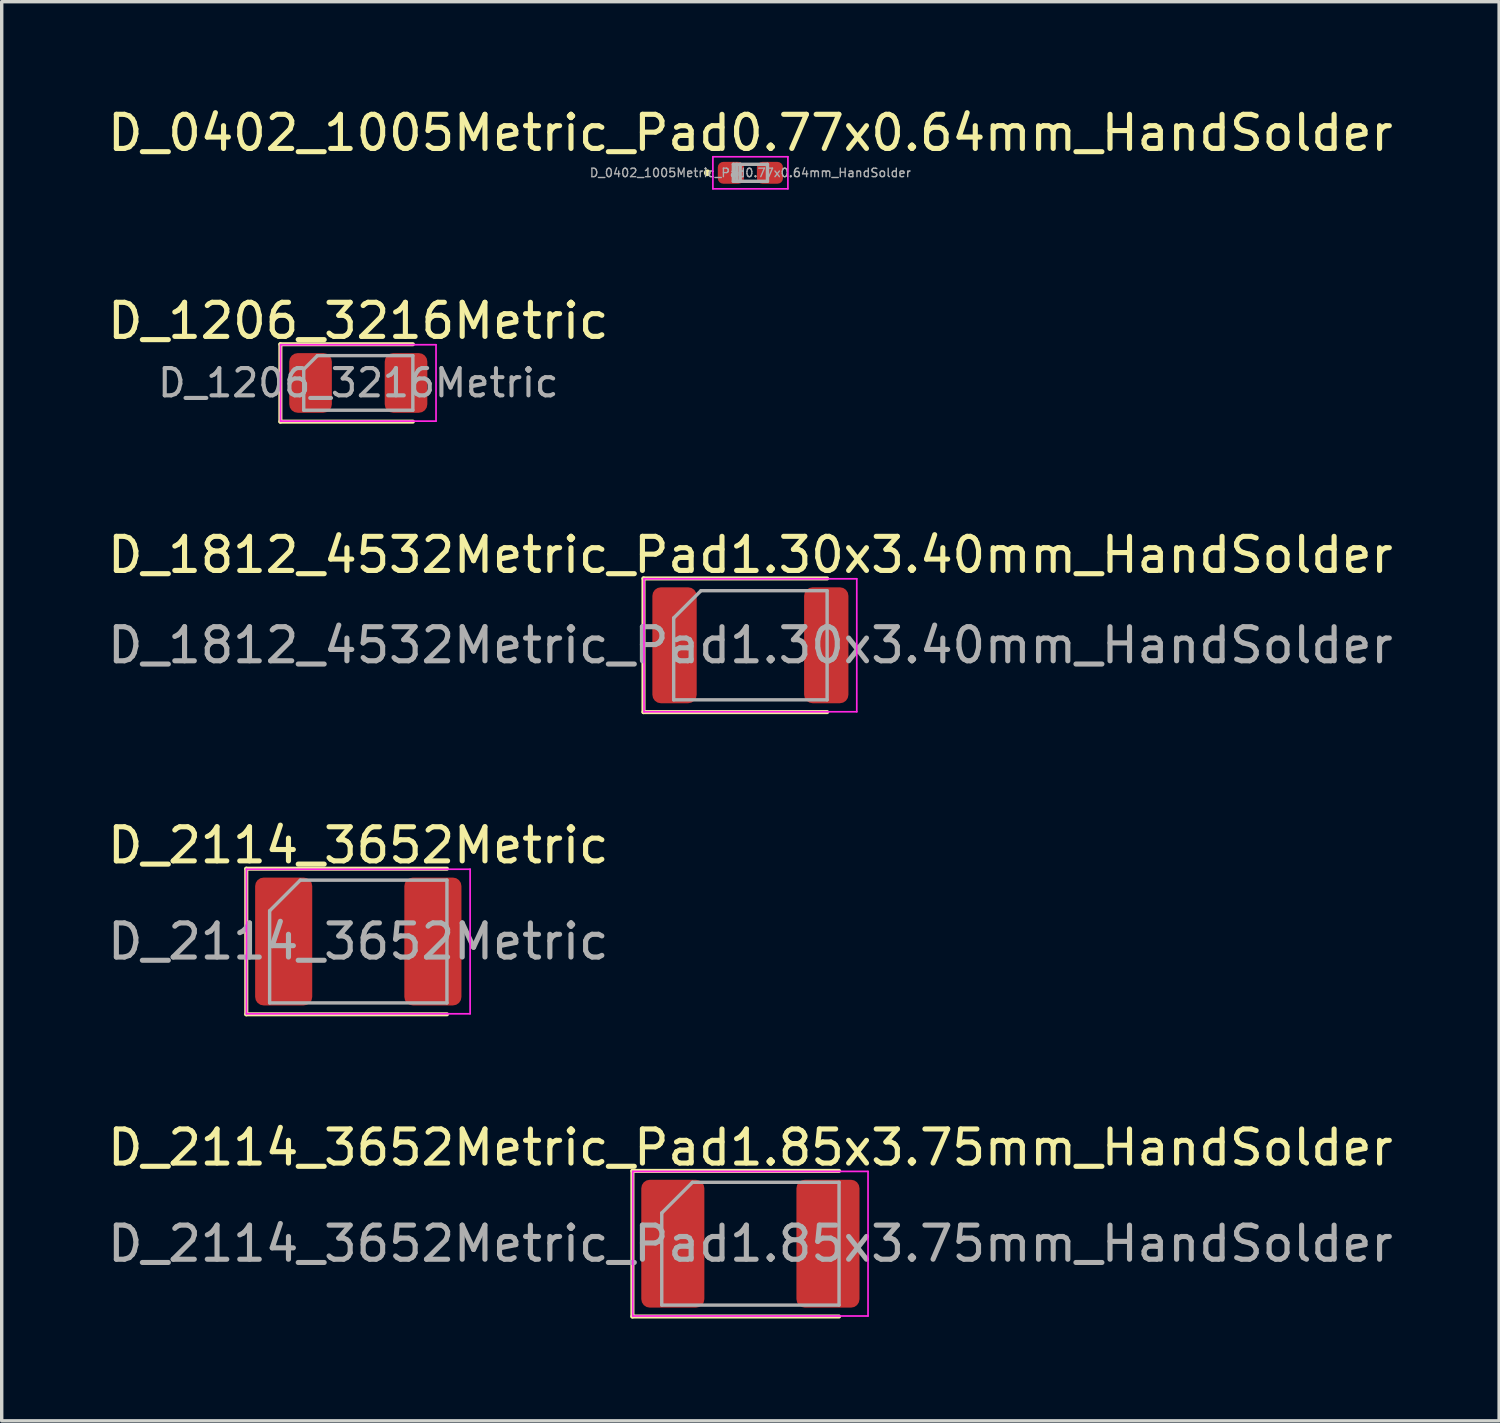
<source format=kicad_pcb>
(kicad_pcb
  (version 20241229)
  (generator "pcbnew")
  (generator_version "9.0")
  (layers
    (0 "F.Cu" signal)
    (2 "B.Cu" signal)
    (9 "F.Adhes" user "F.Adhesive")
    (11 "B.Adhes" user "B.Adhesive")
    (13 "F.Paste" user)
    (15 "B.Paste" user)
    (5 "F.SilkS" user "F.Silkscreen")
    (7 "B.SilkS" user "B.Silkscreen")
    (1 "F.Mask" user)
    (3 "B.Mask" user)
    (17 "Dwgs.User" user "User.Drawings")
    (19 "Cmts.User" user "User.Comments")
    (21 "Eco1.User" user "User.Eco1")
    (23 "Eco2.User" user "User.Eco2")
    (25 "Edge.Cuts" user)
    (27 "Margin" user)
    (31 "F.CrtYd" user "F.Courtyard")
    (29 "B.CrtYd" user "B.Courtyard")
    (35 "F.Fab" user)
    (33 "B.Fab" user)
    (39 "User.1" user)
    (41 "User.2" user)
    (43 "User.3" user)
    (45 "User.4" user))
  (footprint "D_1206_3216Metric"
    (layer "F.Cu")
    (at 7.458 8.181)
    (property "Reference" "D_1206_3216Metric" (at 0 -1.82 0) (layer "F.SilkS") (effects (font (size 1 1) (thickness 0.15))))
    (attr smd)
    (fp_line (start -2.285 -1.135) (end -2.285 1.135) (stroke (width 0.12) (type solid)) (layer "F.SilkS"))
    (fp_line (start -2.285 1.135) (end 1.6 1.135) (stroke (width 0.12) (type solid)) (layer "F.SilkS"))
    (fp_line (start 1.6 -1.135) (end -2.285 -1.135) (stroke (width 0.12) (type solid)) (layer "F.SilkS"))
    (fp_line (start -2.28 -1.12) (end 2.28 -1.12) (stroke (width 0.05) (type solid)) (layer "F.CrtYd"))
    (fp_line (start -2.28 1.12) (end -2.28 -1.12) (stroke (width 0.05) (type solid)) (layer "F.CrtYd"))
    (fp_line (start 2.28 -1.12) (end 2.28 1.12) (stroke (width 0.05) (type solid)) (layer "F.CrtYd"))
    (fp_line (start 2.28 1.12) (end -2.28 1.12) (stroke (width 0.05) (type solid)) (layer "F.CrtYd"))
    (fp_line (start -1.6 -0.4) (end -1.6 0.8) (stroke (width 0.1) (type solid)) (layer "F.Fab"))
    (fp_line (start -1.6 0.8) (end 1.6 0.8) (stroke (width 0.1) (type solid)) (layer "F.Fab"))
    (fp_line (start -1.2 -0.8) (end -1.6 -0.4) (stroke (width 0.1) (type solid)) (layer "F.Fab"))
    (fp_line (start 1.6 -0.8) (end -1.2 -0.8) (stroke (width 0.1) (type solid)) (layer "F.Fab"))
    (fp_line (start 1.6 0.8) (end 1.6 -0.8) (stroke (width 0.1) (type solid)) (layer "F.Fab"))
    (fp_text user "${REFERENCE}" (at 0 0 0) (layer "F.Fab") (effects (font (size 0.8 0.8) (thickness 0.12))))
    (pad "1" smd roundrect (at -1.4 0) (size 1.25 1.75) (layers "F.Cu" "F.Mask" "F.Paste") (roundrect_rratio 0.2))
    (pad "2" smd roundrect (at 1.4 0) (size 1.25 1.75) (layers "F.Cu" "F.Mask" "F.Paste") (roundrect_rratio 0.2)))
  (footprint "D_2114_3652Metric"
    (layer "F.Cu")
    (at 7.458 24.563)
    (property "Reference" "D_2114_3652Metric" (at 0 -2.82 0) (layer "F.SilkS") (effects (font (size 1 1) (thickness 0.15))))
    (attr smd)
    (fp_line (start -3.285 -2.135) (end -3.285 2.135) (stroke (width 0.12) (type solid)) (layer "F.SilkS"))
    (fp_line (start -3.285 2.135) (end 2.6 2.135) (stroke (width 0.12) (type solid)) (layer "F.SilkS"))
    (fp_line (start 2.6 -2.135) (end -3.285 -2.135) (stroke (width 0.12) (type solid)) (layer "F.SilkS"))
    (fp_line (start -3.28 -2.12) (end 3.28 -2.12) (stroke (width 0.05) (type solid)) (layer "F.CrtYd"))
    (fp_line (start -3.28 2.12) (end -3.28 -2.12) (stroke (width 0.05) (type solid)) (layer "F.CrtYd"))
    (fp_line (start 3.28 -2.12) (end 3.28 2.12) (stroke (width 0.05) (type solid)) (layer "F.CrtYd"))
    (fp_line (start 3.28 2.12) (end -3.28 2.12) (stroke (width 0.05) (type solid)) (layer "F.CrtYd"))
    (fp_line (start -2.6 -0.9) (end -2.6 1.8) (stroke (width 0.1) (type solid)) (layer "F.Fab"))
    (fp_line (start -2.6 1.8) (end 2.6 1.8) (stroke (width 0.1) (type solid)) (layer "F.Fab"))
    (fp_line (start -1.7 -1.8) (end -2.6 -0.9) (stroke (width 0.1) (type solid)) (layer "F.Fab"))
    (fp_line (start 2.6 -1.8) (end -1.7 -1.8) (stroke (width 0.1) (type solid)) (layer "F.Fab"))
    (fp_line (start 2.6 1.8) (end 2.6 -1.8) (stroke (width 0.1) (type solid)) (layer "F.Fab"))
    (fp_text user "${REFERENCE}" (at 0 0 0) (layer "F.Fab") (effects (font (size 1 1) (thickness 0.15))))
    (pad "1" smd roundrect (at -2.188 0) (size 1.675 3.75) (layers "F.Cu" "F.Mask" "F.Paste") (roundrect_rratio 0.149))
    (pad "2" smd roundrect (at 2.188 0) (size 1.675 3.75) (layers "F.Cu" "F.Mask" "F.Paste") (roundrect_rratio 0.149)))
  (footprint "D_2114_3652Metric_Pad1.85x3.75mm_HandSolder"
    (layer "F.Cu")
    (at 18.958 33.426)
    (property "Reference" "D_2114_3652Metric_Pad1.85x3.75mm_HandSolder" (at 0 -2.82 0) (layer "F.SilkS") (effects (font (size 1 1) (thickness 0.15))))
    (attr smd)
    (fp_line (start -3.46 -2.135) (end -3.46 2.135) (stroke (width 0.12) (type solid)) (layer "F.SilkS"))
    (fp_line (start -3.46 2.135) (end 2.6 2.135) (stroke (width 0.12) (type solid)) (layer "F.SilkS"))
    (fp_line (start 2.6 -2.135) (end -3.46 -2.135) (stroke (width 0.12) (type solid)) (layer "F.SilkS"))
    (fp_line (start -3.45 -2.12) (end 3.45 -2.12) (stroke (width 0.05) (type solid)) (layer "F.CrtYd"))
    (fp_line (start -3.45 2.12) (end -3.45 -2.12) (stroke (width 0.05) (type solid)) (layer "F.CrtYd"))
    (fp_line (start 3.45 -2.12) (end 3.45 2.12) (stroke (width 0.05) (type solid)) (layer "F.CrtYd"))
    (fp_line (start 3.45 2.12) (end -3.45 2.12) (stroke (width 0.05) (type solid)) (layer "F.CrtYd"))
    (fp_line (start -2.6 -0.9) (end -2.6 1.8) (stroke (width 0.1) (type solid)) (layer "F.Fab"))
    (fp_line (start -2.6 1.8) (end 2.6 1.8) (stroke (width 0.1) (type solid)) (layer "F.Fab"))
    (fp_line (start -1.7 -1.8) (end -2.6 -0.9) (stroke (width 0.1) (type solid)) (layer "F.Fab"))
    (fp_line (start 2.6 -1.8) (end -1.7 -1.8) (stroke (width 0.1) (type solid)) (layer "F.Fab"))
    (fp_line (start 2.6 1.8) (end 2.6 -1.8) (stroke (width 0.1) (type solid)) (layer "F.Fab"))
    (fp_text user "${REFERENCE}" (at 0 0 0) (layer "F.Fab") (effects (font (size 1 1) (thickness 0.15))))
    (pad "1" smd roundrect (at -2.275 0) (size 1.85 3.75) (layers "F.Cu" "F.Mask" "F.Paste") (roundrect_rratio 0.135))
    (pad "2" smd roundrect (at 2.275 0) (size 1.85 3.75) (layers "F.Cu" "F.Mask" "F.Paste") (roundrect_rratio 0.135)))
  (footprint "D_0402_1005Metric_Pad0.77x0.64mm_HandSolder"
    (layer "F.Cu")
    (at 18.958 2.018)
    (property "Reference" "D_0402_1005Metric_Pad0.77x0.64mm_HandSolder" (at 0 -1.17 0) (layer "F.SilkS") (effects (font (size 1 1) (thickness 0.15))))
    (attr smd)
    (fp_circle (center -1.265 0) (end -1.215 0) (stroke (width 0.1) (type solid)) (fill no) (layer "F.SilkS"))
    (fp_line (start -1.1 -0.47) (end 1.1 -0.47) (stroke (width 0.05) (type solid)) (layer "F.CrtYd"))
    (fp_line (start -1.1 0.47) (end -1.1 -0.47) (stroke (width 0.05) (type solid)) (layer "F.CrtYd"))
    (fp_line (start 1.1 -0.47) (end 1.1 0.47) (stroke (width 0.05) (type solid)) (layer "F.CrtYd"))
    (fp_line (start 1.1 0.47) (end -1.1 0.47) (stroke (width 0.05) (type solid)) (layer "F.CrtYd"))
    (fp_line (start -0.5 -0.25) (end 0.5 -0.25) (stroke (width 0.1) (type solid)) (layer "F.Fab"))
    (fp_line (start -0.5 0.25) (end -0.5 -0.25) (stroke (width 0.1) (type solid)) (layer "F.Fab"))
    (fp_line (start -0.4 0.25) (end -0.4 -0.25) (stroke (width 0.1) (type solid)) (layer "F.Fab"))
    (fp_line (start -0.3 0.25) (end -0.3 -0.25) (stroke (width 0.1) (type solid)) (layer "F.Fab"))
    (fp_line (start 0.5 -0.25) (end 0.5 0.25) (stroke (width 0.1) (type solid)) (layer "F.Fab"))
    (fp_line (start 0.5 0.25) (end -0.5 0.25) (stroke (width 0.1) (type solid)) (layer "F.Fab"))
    (fp_text user "${REFERENCE}" (at 0 0 0) (layer "F.Fab") (effects (font (size 0.25 0.25) (thickness 0.04))))
    (pad "1" smd roundrect (at -0.573 0) (size 0.765 0.64) (layers "F.Cu" "F.Mask" "F.Paste") (roundrect_rratio 0.25))
    (pad "2" smd roundrect (at 0.573 0) (size 0.765 0.64) (layers "F.Cu" "F.Mask" "F.Paste") (roundrect_rratio 0.25)))
  (footprint "D_1812_4532Metric_Pad1.30x3.40mm_HandSolder"
    (layer "F.Cu")
    (at 18.958 15.875)
    (property "Reference" "D_1812_4532Metric_Pad1.30x3.40mm_HandSolder" (at 0 -2.65 0) (layer "F.SilkS") (effects (font (size 1 1) (thickness 0.15))))
    (attr smd)
    (fp_line (start -3.135 -1.96) (end -3.135 1.96) (stroke (width 0.12) (type solid)) (layer "F.SilkS"))
    (fp_line (start -3.135 1.96) (end 2.25 1.96) (stroke (width 0.12) (type solid)) (layer "F.SilkS"))
    (fp_line (start 2.25 -1.96) (end -3.135 -1.96) (stroke (width 0.12) (type solid)) (layer "F.SilkS"))
    (fp_line (start -3.12 -1.95) (end 3.12 -1.95) (stroke (width 0.05) (type solid)) (layer "F.CrtYd"))
    (fp_line (start -3.12 1.95) (end -3.12 -1.95) (stroke (width 0.05) (type solid)) (layer "F.CrtYd"))
    (fp_line (start 3.12 -1.95) (end 3.12 1.95) (stroke (width 0.05) (type solid)) (layer "F.CrtYd"))
    (fp_line (start 3.12 1.95) (end -3.12 1.95) (stroke (width 0.05) (type solid)) (layer "F.CrtYd"))
    (fp_line (start -2.25 -0.8) (end -2.25 1.6) (stroke (width 0.1) (type solid)) (layer "F.Fab"))
    (fp_line (start -2.25 1.6) (end 2.25 1.6) (stroke (width 0.1) (type solid)) (layer "F.Fab"))
    (fp_line (start -1.45 -1.6) (end -2.25 -0.8) (stroke (width 0.1) (type solid)) (layer "F.Fab"))
    (fp_line (start 2.25 -1.6) (end -1.45 -1.6) (stroke (width 0.1) (type solid)) (layer "F.Fab"))
    (fp_line (start 2.25 1.6) (end 2.25 -1.6) (stroke (width 0.1) (type solid)) (layer "F.Fab"))
    (fp_text user "${REFERENCE}" (at 0 0 0) (layer "F.Fab") (effects (font (size 1 1) (thickness 0.15))))
    (pad "1" smd roundrect (at -2.225 0) (size 1.3 3.4) (layers "F.Cu" "F.Mask" "F.Paste") (roundrect_rratio 0.192))
    (pad "2" smd roundrect (at 2.225 0) (size 1.3 3.4) (layers "F.Cu" "F.Mask" "F.Paste") (roundrect_rratio 0.192)))
  (gr_rect
    (start -3 -3)
    (end 40.917 38.621)
    (stroke (width 0.1) (type default))
    (fill no)
    (layer "Edge.Cuts")))
</source>
